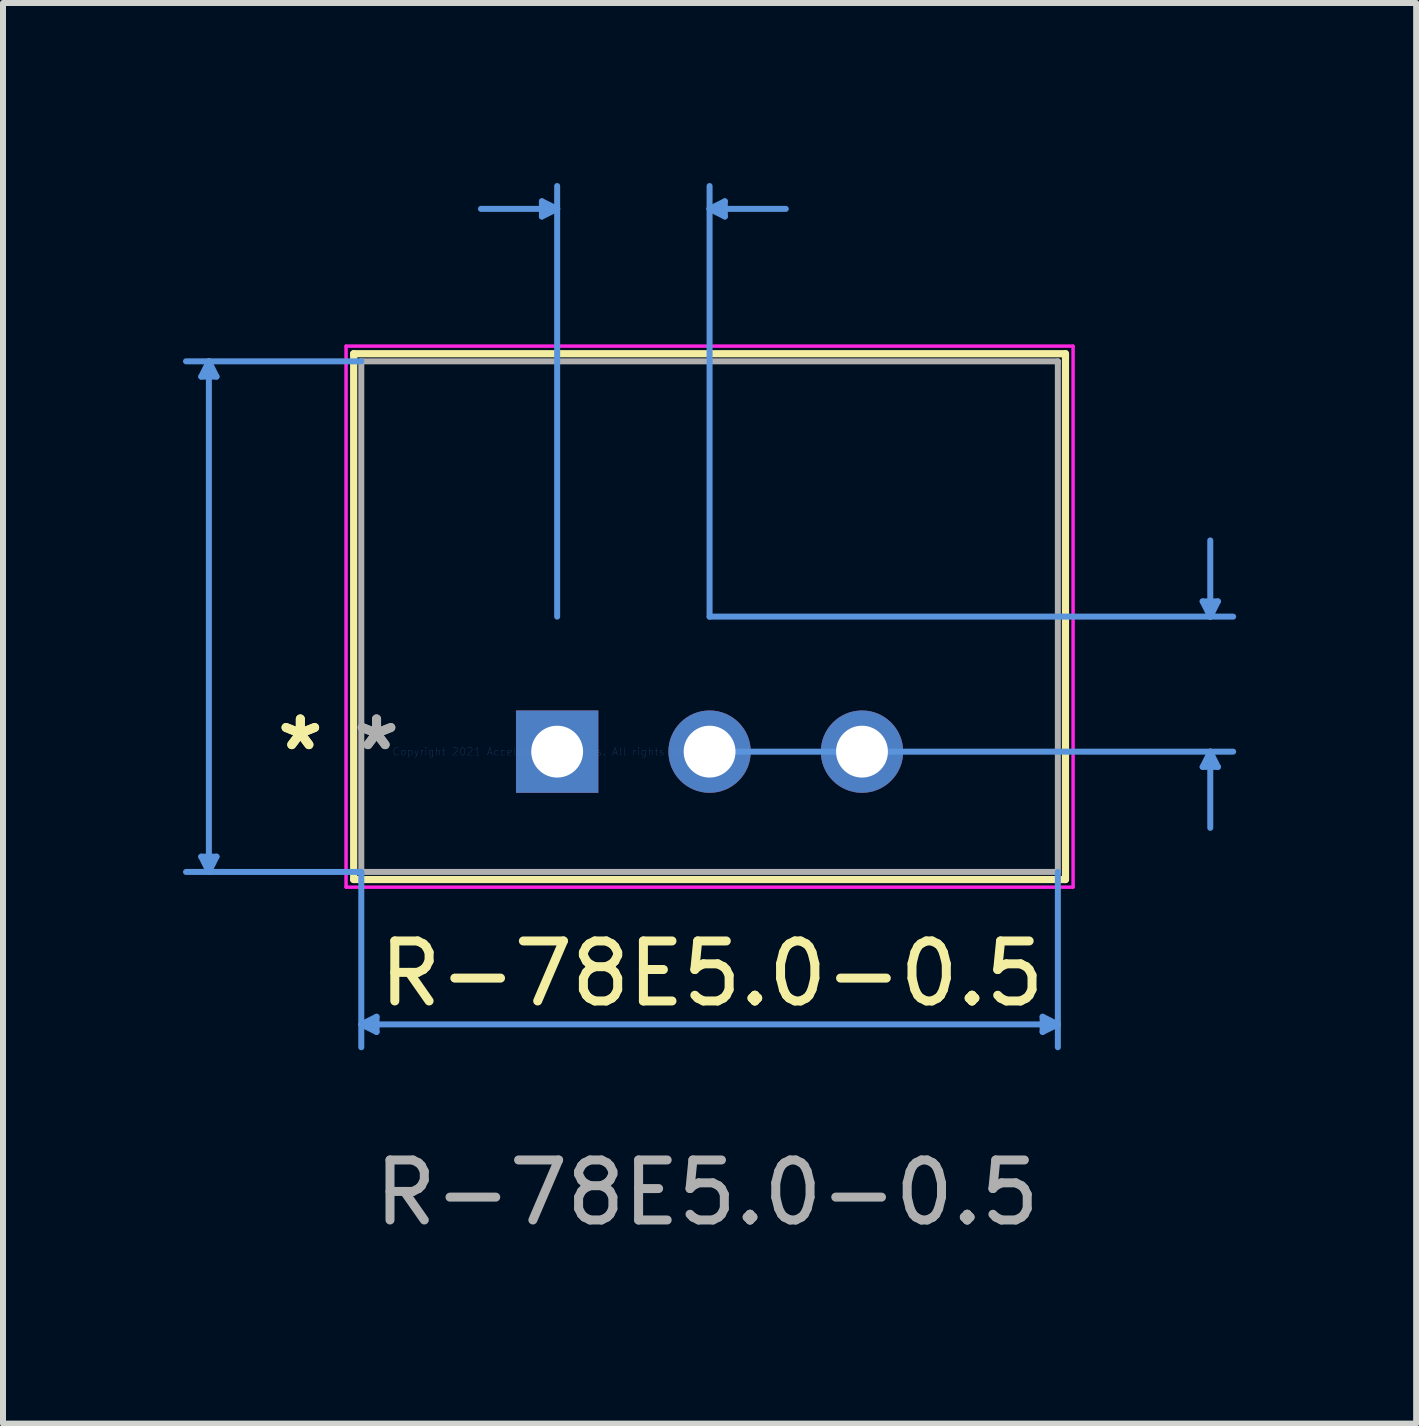
<source format=kicad_pcb>
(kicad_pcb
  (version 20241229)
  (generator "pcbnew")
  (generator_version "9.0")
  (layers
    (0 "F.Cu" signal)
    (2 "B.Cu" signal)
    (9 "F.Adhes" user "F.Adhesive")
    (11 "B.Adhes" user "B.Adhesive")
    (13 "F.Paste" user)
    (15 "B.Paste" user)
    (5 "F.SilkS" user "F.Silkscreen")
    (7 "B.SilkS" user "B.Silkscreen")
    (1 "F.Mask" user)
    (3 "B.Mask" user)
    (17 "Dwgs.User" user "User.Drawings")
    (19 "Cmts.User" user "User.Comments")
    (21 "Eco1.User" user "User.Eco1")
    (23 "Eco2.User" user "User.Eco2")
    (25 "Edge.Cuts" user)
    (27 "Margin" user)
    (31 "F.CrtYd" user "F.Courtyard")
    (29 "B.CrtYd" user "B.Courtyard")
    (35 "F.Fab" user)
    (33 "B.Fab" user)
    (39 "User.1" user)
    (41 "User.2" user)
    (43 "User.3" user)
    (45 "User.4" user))
  (footprint "R-78E5.0-0.5"
    (layer "F.Cu")
    (at 8.775 7.226)
    (property "Reference" "R-78E5.0-0.5" (at 0.04 5.95 0) (unlocked yes) (layer "F.SilkS") (effects (font (size 1 1) (thickness 0.15))))
    (attr smd)
    (fp_line (start -5.931 -4.381) (end -5.931 4.381) (stroke (width 0.12) (type solid)) (layer "F.SilkS"))
    (fp_line (start -5.931 4.381) (end 5.931 4.381) (stroke (width 0.12) (type solid)) (layer "F.SilkS"))
    (fp_line (start 5.931 -4.381) (end -5.931 -4.381) (stroke (width 0.12) (type solid)) (layer "F.SilkS"))
    (fp_line (start 5.931 4.381) (end 5.931 -4.381) (stroke (width 0.12) (type solid)) (layer "F.SilkS"))
    (fp_line (start -8.471 -4) (end -8.217 -4) (stroke (width 0.1) (type solid)) (layer "Cmts.User"))
    (fp_line (start -8.471 4) (end -8.217 4) (stroke (width 0.1) (type solid)) (layer "Cmts.User"))
    (fp_line (start -8.344 -4.255) (end -8.471 -4) (stroke (width 0.1) (type solid)) (layer "Cmts.User"))
    (fp_line (start -8.344 -4.255) (end -8.344 4.255) (stroke (width 0.1) (type solid)) (layer "Cmts.User"))
    (fp_line (start -8.344 -4.255) (end -8.217 -4) (stroke (width 0.1) (type solid)) (layer "Cmts.User"))
    (fp_line (start -8.344 4.255) (end -8.471 4) (stroke (width 0.1) (type solid)) (layer "Cmts.User"))
    (fp_line (start -8.344 4.255) (end -8.217 4) (stroke (width 0.1) (type solid)) (layer "Cmts.User"))
    (fp_line (start -5.804 -4.255) (end -8.725 -4.255) (stroke (width 0.1) (type solid)) (layer "Cmts.User"))
    (fp_line (start -5.804 4.255) (end -8.725 4.255) (stroke (width 0.1) (type solid)) (layer "Cmts.User"))
    (fp_line (start -5.804 4.255) (end -5.804 7.176) (stroke (width 0.1) (type solid)) (layer "Cmts.User"))
    (fp_line (start -5.804 6.795) (end -5.55 6.668) (stroke (width 0.1) (type solid)) (layer "Cmts.User"))
    (fp_line (start -5.804 6.795) (end -5.55 6.921) (stroke (width 0.1) (type solid)) (layer "Cmts.User"))
    (fp_line (start -5.804 6.795) (end 5.804 6.795) (stroke (width 0.1) (type solid)) (layer "Cmts.User"))
    (fp_line (start -5.55 6.668) (end -5.55 6.921) (stroke (width 0.1) (type solid)) (layer "Cmts.User"))
    (fp_line (start -2.794 -6.921) (end -2.794 -6.668) (stroke (width 0.1) (type solid)) (layer "Cmts.User"))
    (fp_line (start -2.54 -6.795) (end -3.81 -6.795) (stroke (width 0.1) (type solid)) (layer "Cmts.User"))
    (fp_line (start -2.54 -6.795) (end -2.794 -6.921) (stroke (width 0.1) (type solid)) (layer "Cmts.User"))
    (fp_line (start -2.54 -6.795) (end -2.794 -6.668) (stroke (width 0.1) (type solid)) (layer "Cmts.User"))
    (fp_line (start -2.54 0) (end -2.54 -7.176) (stroke (width 0.1) (type solid)) (layer "Cmts.User"))
    (fp_line (start 0 -6.795) (end 0.254 -6.921) (stroke (width 0.1) (type solid)) (layer "Cmts.User"))
    (fp_line (start 0 -6.795) (end 0.254 -6.668) (stroke (width 0.1) (type solid)) (layer "Cmts.User"))
    (fp_line (start 0 -6.795) (end 1.27 -6.795) (stroke (width 0.1) (type solid)) (layer "Cmts.User"))
    (fp_line (start 0 0) (end 0 -7.176) (stroke (width 0.1) (type solid)) (layer "Cmts.User"))
    (fp_line (start 0 0) (end 8.725 0) (stroke (width 0.1) (type solid)) (layer "Cmts.User"))
    (fp_line (start 0 2.25) (end 8.725 2.25) (stroke (width 0.1) (type solid)) (layer "Cmts.User"))
    (fp_line (start 0.254 -6.921) (end 0.254 -6.668) (stroke (width 0.1) (type solid)) (layer "Cmts.User"))
    (fp_line (start 5.55 6.668) (end 5.55 6.921) (stroke (width 0.1) (type solid)) (layer "Cmts.User"))
    (fp_line (start 5.804 4.255) (end 5.804 7.176) (stroke (width 0.1) (type solid)) (layer "Cmts.User"))
    (fp_line (start 5.804 6.795) (end 5.55 6.668) (stroke (width 0.1) (type solid)) (layer "Cmts.User"))
    (fp_line (start 5.804 6.795) (end 5.55 6.921) (stroke (width 0.1) (type solid)) (layer "Cmts.User"))
    (fp_line (start 8.217 -0.254) (end 8.471 -0.254) (stroke (width 0.1) (type solid)) (layer "Cmts.User"))
    (fp_line (start 8.217 2.504) (end 8.471 2.504) (stroke (width 0.1) (type solid)) (layer "Cmts.User"))
    (fp_line (start 8.344 0) (end 8.217 -0.254) (stroke (width 0.1) (type solid)) (layer "Cmts.User"))
    (fp_line (start 8.344 0) (end 8.344 -1.27) (stroke (width 0.1) (type solid)) (layer "Cmts.User"))
    (fp_line (start 8.344 0) (end 8.471 -0.254) (stroke (width 0.1) (type solid)) (layer "Cmts.User"))
    (fp_line (start 8.344 2.25) (end 8.217 2.504) (stroke (width 0.1) (type solid)) (layer "Cmts.User"))
    (fp_line (start 8.344 2.25) (end 8.344 3.52) (stroke (width 0.1) (type solid)) (layer "Cmts.User"))
    (fp_line (start 8.344 2.25) (end 8.471 2.504) (stroke (width 0.1) (type solid)) (layer "Cmts.User"))
    (fp_line (start -6.058 -4.508) (end 6.058 -4.508) (stroke (width 0.05) (type solid)) (layer "F.CrtYd"))
    (fp_line (start -6.058 -4.508) (end 6.058 -4.508) (stroke (width 0.05) (type solid)) (layer "F.CrtYd"))
    (fp_line (start -6.058 4.508) (end -6.058 -4.508) (stroke (width 0.05) (type solid)) (layer "F.CrtYd"))
    (fp_line (start -6.058 4.508) (end -6.058 -4.508) (stroke (width 0.05) (type solid)) (layer "F.CrtYd"))
    (fp_line (start 6.058 -4.508) (end 6.058 4.508) (stroke (width 0.05) (type solid)) (layer "F.CrtYd"))
    (fp_line (start 6.058 -4.508) (end 6.058 4.508) (stroke (width 0.05) (type solid)) (layer "F.CrtYd"))
    (fp_line (start 6.058 4.508) (end -6.058 4.508) (stroke (width 0.05) (type solid)) (layer "F.CrtYd"))
    (fp_line (start 6.058 4.508) (end -6.058 4.508) (stroke (width 0.05) (type solid)) (layer "F.CrtYd"))
    (fp_line (start -5.804 -4.255) (end -5.804 4.255) (stroke (width 0.1) (type solid)) (layer "F.Fab"))
    (fp_line (start -5.804 4.255) (end 5.804 4.255) (stroke (width 0.1) (type solid)) (layer "F.Fab"))
    (fp_line (start 5.804 -4.255) (end -5.804 -4.255) (stroke (width 0.1) (type solid)) (layer "F.Fab"))
    (fp_line (start 5.804 4.255) (end 5.804 -4.255) (stroke (width 0.1) (type solid)) (layer "F.Fab"))
    (fp_text user "*" (at -6.82 2.25 0) (layer "F.SilkS") (effects (font (size 1 1) (thickness 0.15))))
    (fp_text user "*" (at -6.82 2.25 0) (layer "F.SilkS") (effects (font (size 1 1) (thickness 0.15))))
    (fp_text user "Copyright 2021 Accelerated Designs. All rights reserved." (at -2.54 2.25 0) (layer "Cmts.User") (effects (font (size 0.127 0.127) (thickness 0.002))))
    (fp_text user "*" (at -5.55 2.25 0) (layer "F.Fab") (effects (font (size 1 1) (thickness 0.15))))
    (fp_text user "*" (at -5.55 2.25 0) (layer "F.Fab") (effects (font (size 1 1) (thickness 0.15))))
    (fp_text user "${REFERENCE}" (at -0.04 9.6 0) (unlocked yes) (layer "F.Fab") (effects (font (size 1 1) (thickness 0.15))))
    (pad "1" thru_hole rect (at -2.54 2.25) (size 1.372 1.372) (drill 0.864) (layers "*.Cu" "*.Mask"))
    (pad "2" thru_hole circle (at 0 2.25) (size 1.372 1.372) (drill 0.864) (layers "*.Cu" "*.Mask"))
    (pad "3" thru_hole circle (at 2.54 2.25) (size 1.372 1.372) (drill 0.864) (layers "*.Cu" "*.Mask")))
  (gr_rect
    (start -3 -3)
    (end 20.55 20.674)
    (stroke (width 0.1) (type default))
    (fill no)
    (layer "Edge.Cuts")))
</source>
